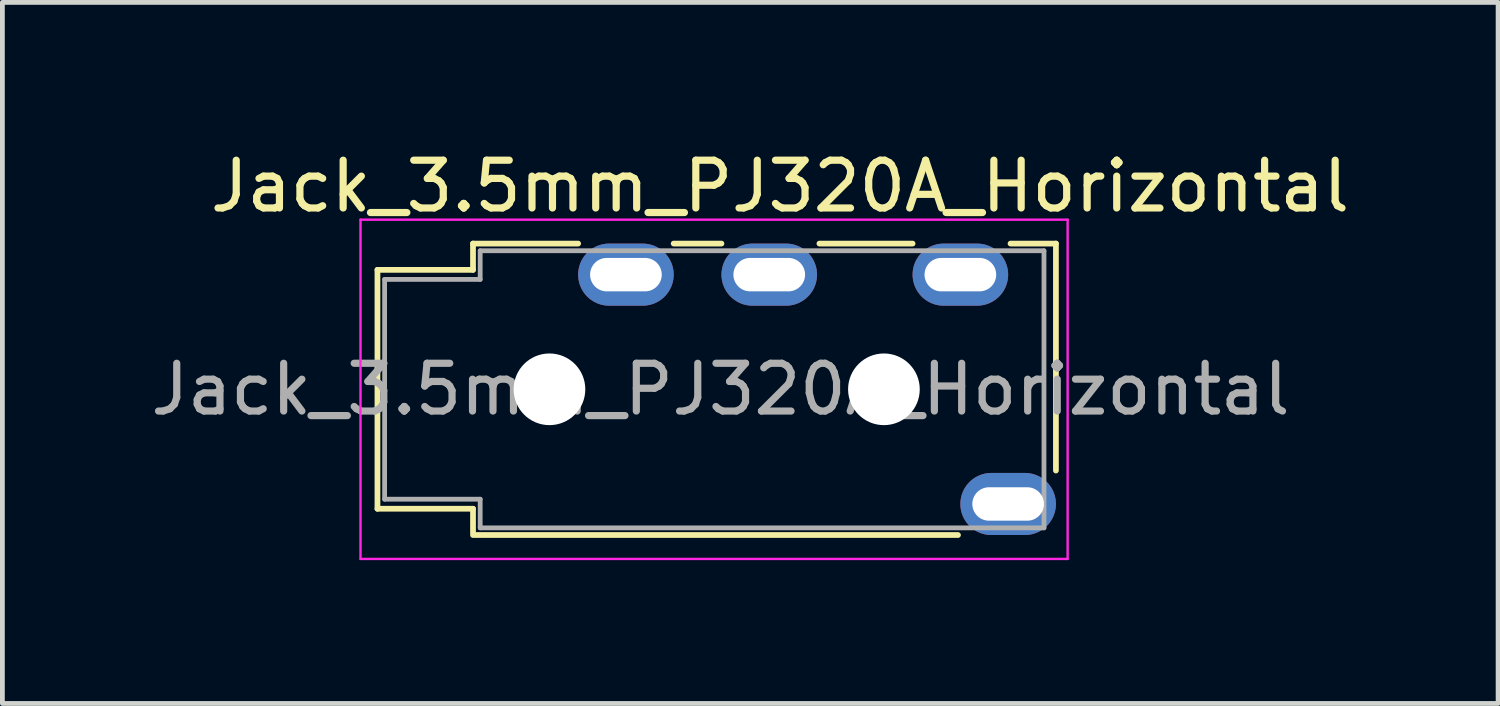
<source format=kicad_pcb>
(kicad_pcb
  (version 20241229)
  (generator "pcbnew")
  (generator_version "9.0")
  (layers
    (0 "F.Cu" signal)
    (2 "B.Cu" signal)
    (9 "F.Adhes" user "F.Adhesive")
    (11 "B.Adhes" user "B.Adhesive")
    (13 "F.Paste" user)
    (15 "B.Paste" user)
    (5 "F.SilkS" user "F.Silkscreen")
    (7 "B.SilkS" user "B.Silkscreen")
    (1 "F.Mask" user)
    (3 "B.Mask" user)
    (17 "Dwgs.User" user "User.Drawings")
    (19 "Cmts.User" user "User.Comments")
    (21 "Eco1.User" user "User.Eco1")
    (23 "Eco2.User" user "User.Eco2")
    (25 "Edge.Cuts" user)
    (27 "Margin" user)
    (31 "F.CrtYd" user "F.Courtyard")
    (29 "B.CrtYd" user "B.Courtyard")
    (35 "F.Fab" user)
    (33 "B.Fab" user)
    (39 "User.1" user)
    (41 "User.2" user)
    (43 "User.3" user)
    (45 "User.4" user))
  (footprint "Jack_3.5mm_PJ320A_Horizontal"
    (layer "F.Cu")
    (at 13.225 5.098)
    (property "Reference" "Jack_3.5mm_PJ320A_Horizontal" (at 0.05 -4.25 0) (layer "F.SilkS") (effects (font (size 1 1) (thickness 0.15))))
    (attr through_hole)
    (fp_line (start -8.375 -2.5) (end -8.375 2.5) (stroke (width 0.12) (type solid)) (layer "F.SilkS"))
    (fp_line (start -6.375 -3.05) (end -6.375 -2.5) (stroke (width 0.12) (type solid)) (layer "F.SilkS"))
    (fp_line (start -6.375 -3.05) (end -4.175 -3.05) (stroke (width 0.12) (type solid)) (layer "F.SilkS"))
    (fp_line (start -6.375 -2.5) (end -8.375 -2.5) (stroke (width 0.12) (type solid)) (layer "F.SilkS"))
    (fp_line (start -6.375 2.5) (end -8.375 2.5) (stroke (width 0.12) (type solid)) (layer "F.SilkS"))
    (fp_line (start -6.375 2.5) (end -6.375 3) (stroke (width 0.12) (type solid)) (layer "F.SilkS"))
    (fp_line (start -2.175 -3.05) (end -1.175 -3.05) (stroke (width 0.12) (type solid)) (layer "F.SilkS"))
    (fp_line (start 0.875 -3.05) (end 2.825 -3.05) (stroke (width 0.12) (type solid)) (layer "F.SilkS"))
    (fp_line (start 3.775 3.05) (end -6.375 3.05) (stroke (width 0.12) (type solid)) (layer "F.SilkS"))
    (fp_line (start 4.875 -3.05) (end 5.825 -3.05) (stroke (width 0.12) (type solid)) (layer "F.SilkS"))
    (fp_line (start 5.825 1.7) (end 5.825 -3.05) (stroke (width 0.12) (type solid)) (layer "F.SilkS"))
    (fp_line (start -8.73 -3.55) (end 6.07 -3.55) (stroke (width 0.05) (type solid)) (layer "F.CrtYd"))
    (fp_line (start -8.73 3.55) (end -8.73 -3.55) (stroke (width 0.05) (type solid)) (layer "F.CrtYd"))
    (fp_line (start -8.73 3.55) (end 6.07 3.55) (stroke (width 0.05) (type solid)) (layer "F.CrtYd"))
    (fp_line (start 6.07 3.55) (end 6.07 -3.55) (stroke (width 0.05) (type solid)) (layer "F.CrtYd"))
    (fp_line (start -8.225 -2.3) (end -6.225 -2.3) (stroke (width 0.1) (type solid)) (layer "F.Fab"))
    (fp_line (start -8.225 2.3) (end -8.225 -2.3) (stroke (width 0.1) (type solid)) (layer "F.Fab"))
    (fp_line (start -6.225 -2.9) (end 5.575 -2.9) (stroke (width 0.1) (type solid)) (layer "F.Fab"))
    (fp_line (start -6.225 -2.3) (end -6.225 -2.9) (stroke (width 0.1) (type solid)) (layer "F.Fab"))
    (fp_line (start -6.225 2.3) (end -8.225 2.3) (stroke (width 0.1) (type solid)) (layer "F.Fab"))
    (fp_line (start -6.225 2.9) (end -6.225 2.3) (stroke (width 0.1) (type solid)) (layer "F.Fab"))
    (fp_line (start 5.575 -2.9) (end 5.575 2.9) (stroke (width 0.1) (type solid)) (layer "F.Fab"))
    (fp_line (start 5.575 2.9) (end -6.225 2.9) (stroke (width 0.1) (type solid)) (layer "F.Fab"))
    (fp_text user "${REFERENCE}" (at -1.195 0 0) (layer "F.Fab") (effects (font (size 1 1) (thickness 0.15))))
    (pad "" np_thru_hole circle (at -4.775 0) (size 1.5 1.5) (drill 1.5) (layers "*.Cu" "*.Mask"))
    (pad "" np_thru_hole circle (at 2.225 0) (size 1.5 1.5) (drill 1.5) (layers "*.Cu" "*.Mask"))
    (pad "R1" thru_hole oval (at -0.175 -2.4) (size 2 1.3) (drill oval 1.5 0.7) (layers "*.Cu" "*.Mask"))
    (pad "R2" thru_hole oval (at -3.175 -2.4) (size 2 1.3) (drill oval 1.5 0.7) (layers "*.Cu" "*.Mask"))
    (pad "S" thru_hole oval (at 4.825 2.4) (size 2 1.3) (drill oval 1.5 0.7) (layers "*.Cu" "*.Mask"))
    (pad "T" thru_hole oval (at 3.825 -2.4) (size 2 1.3) (drill oval 1.5 0.7) (layers "*.Cu" "*.Mask")))
  (gr_rect
    (start -3 -3)
    (end 28.305 11.673)
    (stroke (width 0.1) (type default))
    (fill no)
    (layer "Edge.Cuts")))
</source>
